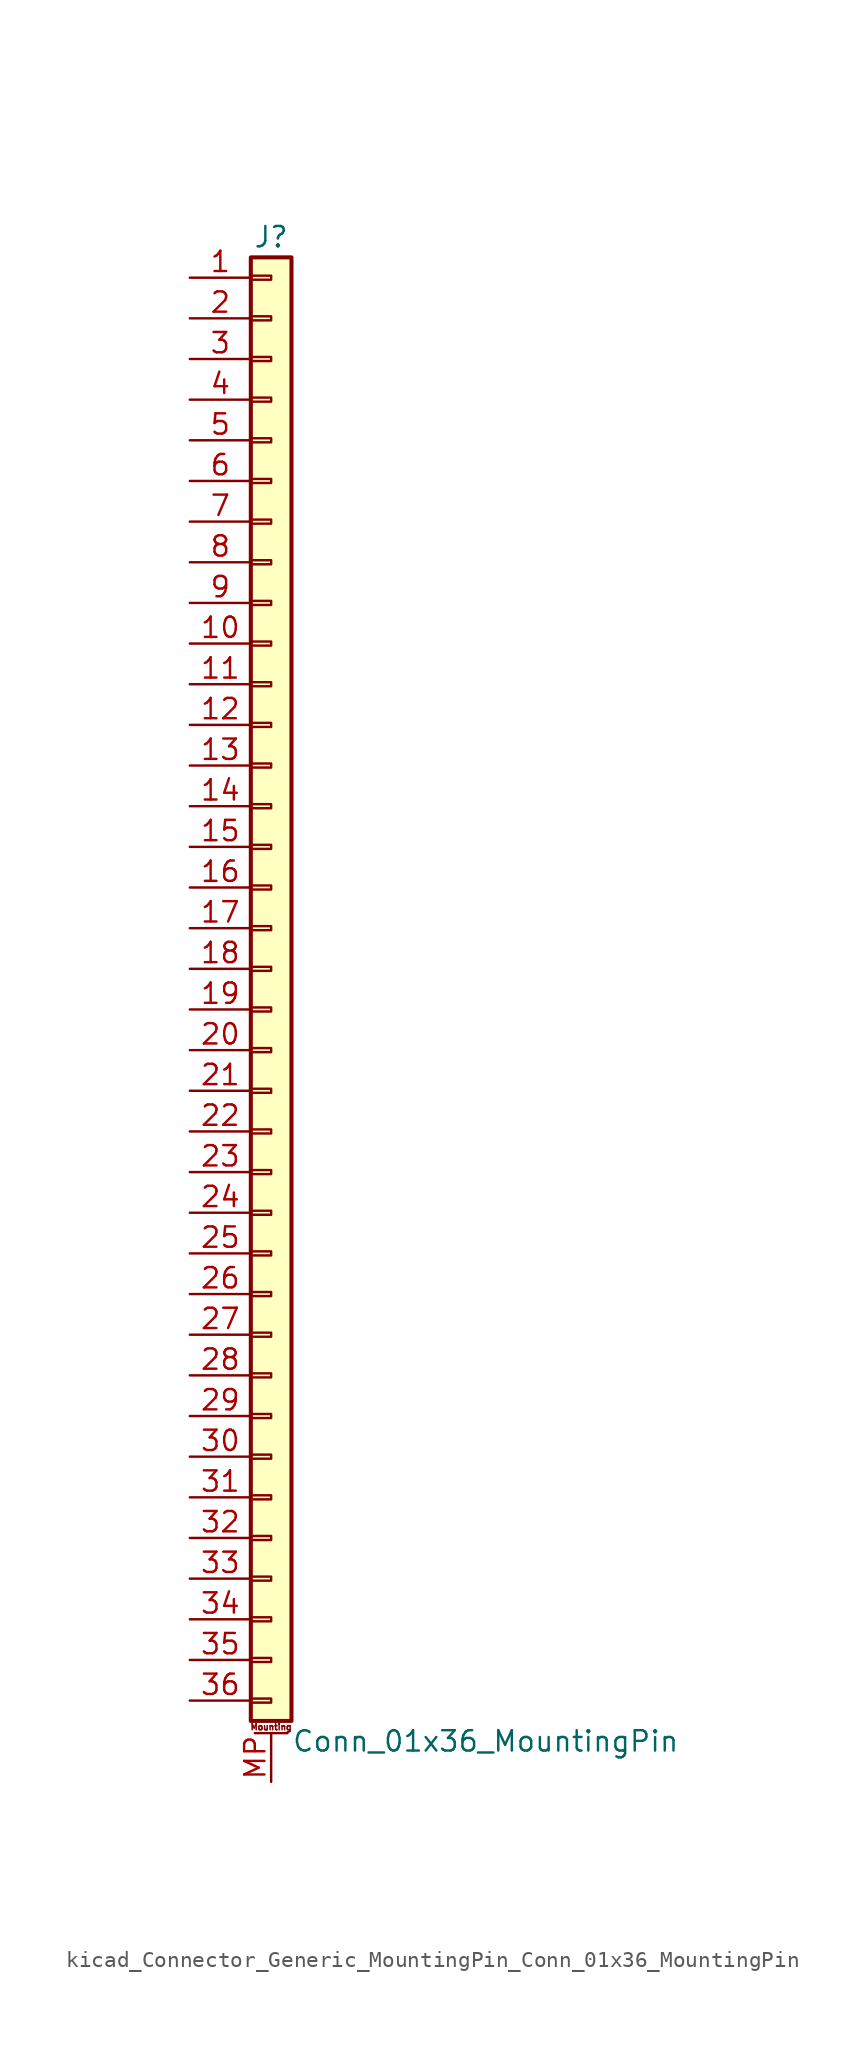
<source format=kicad_sym>
(kicad_symbol_lib
  (version 20220914)
  (generator kicad_symbol_editor)
  (symbol "kicad_Connector_Generic_MountingPin_Conn_01x36_MountingPin"
    (pin_names
      (offset 1.016) hide)
    (property "Reference" "J"
      (at 0 45.72 0)
      (effects (font (size 1.27 1.27))))
    (property "Value" "Conn_01x36_MountingPin"
      (at 1.27 -48.26 0)
      (effects (font (size 1.27 1.27)) (justify left)))
    (symbol "kicad_Connector_Generic_MountingPin_Conn_01x36_MountingPin_1_1"
      (rectangle (start -1.27 -45.593) (end 0 -45.847) (stroke (width 0.152) (type default)) (fill (type none)))
      (rectangle (start -1.27 -43.053) (end 0 -43.307) (stroke (width 0.152) (type default)) (fill (type none)))
      (rectangle (start -1.27 -40.513) (end 0 -40.767) (stroke (width 0.152) (type default)) (fill (type none)))
      (rectangle (start -1.27 -37.973) (end 0 -38.227) (stroke (width 0.152) (type default)) (fill (type none)))
      (rectangle (start -1.27 -35.433) (end 0 -35.687) (stroke (width 0.152) (type default)) (fill (type none)))
      (rectangle (start -1.27 -32.893) (end 0 -33.147) (stroke (width 0.152) (type default)) (fill (type none)))
      (rectangle (start -1.27 -30.353) (end 0 -30.607) (stroke (width 0.152) (type default)) (fill (type none)))
      (rectangle (start -1.27 -27.813) (end 0 -28.067) (stroke (width 0.152) (type default)) (fill (type none)))
      (rectangle (start -1.27 -25.273) (end 0 -25.527) (stroke (width 0.152) (type default)) (fill (type none)))
      (rectangle (start -1.27 -22.733) (end 0 -22.987) (stroke (width 0.152) (type default)) (fill (type none)))
      (rectangle (start -1.27 -20.193) (end 0 -20.447) (stroke (width 0.152) (type default)) (fill (type none)))
      (rectangle (start -1.27 -17.653) (end 0 -17.907) (stroke (width 0.152) (type default)) (fill (type none)))
      (rectangle (start -1.27 -15.113) (end 0 -15.367) (stroke (width 0.152) (type default)) (fill (type none)))
      (rectangle (start -1.27 -12.573) (end 0 -12.827) (stroke (width 0.152) (type default)) (fill (type none)))
      (rectangle (start -1.27 -10.033) (end 0 -10.287) (stroke (width 0.152) (type default)) (fill (type none)))
      (rectangle (start -1.27 -7.493) (end 0 -7.747) (stroke (width 0.152) (type default)) (fill (type none)))
      (rectangle (start -1.27 -4.953) (end 0 -5.207) (stroke (width 0.152) (type default)) (fill (type none)))
      (rectangle (start -1.27 -2.413) (end 0 -2.667) (stroke (width 0.152) (type default)) (fill (type none)))
      (rectangle (start -1.27 0.127) (end 0 -0.127) (stroke (width 0.152) (type default)) (fill (type none)))
      (rectangle (start -1.27 2.667) (end 0 2.413) (stroke (width 0.152) (type default)) (fill (type none)))
      (rectangle (start -1.27 5.207) (end 0 4.953) (stroke (width 0.152) (type default)) (fill (type none)))
      (rectangle (start -1.27 7.747) (end 0 7.493) (stroke (width 0.152) (type default)) (fill (type none)))
      (rectangle (start -1.27 10.287) (end 0 10.033) (stroke (width 0.152) (type default)) (fill (type none)))
      (rectangle (start -1.27 12.827) (end 0 12.573) (stroke (width 0.152) (type default)) (fill (type none)))
      (rectangle (start -1.27 15.367) (end 0 15.113) (stroke (width 0.152) (type default)) (fill (type none)))
      (rectangle (start -1.27 17.907) (end 0 17.653) (stroke (width 0.152) (type default)) (fill (type none)))
      (rectangle (start -1.27 20.447) (end 0 20.193) (stroke (width 0.152) (type default)) (fill (type none)))
      (rectangle (start -1.27 22.987) (end 0 22.733) (stroke (width 0.152) (type default)) (fill (type none)))
      (rectangle (start -1.27 25.527) (end 0 25.273) (stroke (width 0.152) (type default)) (fill (type none)))
      (rectangle (start -1.27 28.067) (end 0 27.813) (stroke (width 0.152) (type default)) (fill (type none)))
      (rectangle (start -1.27 30.607) (end 0 30.353) (stroke (width 0.152) (type default)) (fill (type none)))
      (rectangle (start -1.27 33.147) (end 0 32.893) (stroke (width 0.152) (type default)) (fill (type none)))
      (rectangle (start -1.27 35.687) (end 0 35.433) (stroke (width 0.152) (type default)) (fill (type none)))
      (rectangle (start -1.27 38.227) (end 0 37.973) (stroke (width 0.152) (type default)) (fill (type none)))
      (rectangle (start -1.27 40.767) (end 0 40.513) (stroke (width 0.152) (type default)) (fill (type none)))
      (rectangle (start -1.27 43.307) (end 0 43.053) (stroke (width 0.152) (type default)) (fill (type none)))
      (rectangle (start -1.27 44.45) (end 1.27 -46.99) (stroke (width 0.254) (type default)) (fill (type background)))
      (polyline (pts (xy -1.016 -47.752) (xy 1.016 -47.752)) (stroke (width 0.152) (type default)) (fill (type none)))
      (text "Mounting" (at 0 -47.371 0) (effects (font (size 0.381 0.381))))
      (pin passive line (at -5.08 43.18 0) (length 3.81) (name "Pin_1" (effects (font (size 1.27 1.27)))) (number "1" (effects (font (size 1.27 1.27)))))
      (pin passive line (at -5.08 20.32 0) (length 3.81) (name "Pin_10" (effects (font (size 1.27 1.27)))) (number "10" (effects (font (size 1.27 1.27)))))
      (pin passive line (at -5.08 17.78 0) (length 3.81) (name "Pin_11" (effects (font (size 1.27 1.27)))) (number "11" (effects (font (size 1.27 1.27)))))
      (pin passive line (at -5.08 15.24 0) (length 3.81) (name "Pin_12" (effects (font (size 1.27 1.27)))) (number "12" (effects (font (size 1.27 1.27)))))
      (pin passive line (at -5.08 12.7 0) (length 3.81) (name "Pin_13" (effects (font (size 1.27 1.27)))) (number "13" (effects (font (size 1.27 1.27)))))
      (pin passive line (at -5.08 10.16 0) (length 3.81) (name "Pin_14" (effects (font (size 1.27 1.27)))) (number "14" (effects (font (size 1.27 1.27)))))
      (pin passive line (at -5.08 7.62 0) (length 3.81) (name "Pin_15" (effects (font (size 1.27 1.27)))) (number "15" (effects (font (size 1.27 1.27)))))
      (pin passive line (at -5.08 5.08 0) (length 3.81) (name "Pin_16" (effects (font (size 1.27 1.27)))) (number "16" (effects (font (size 1.27 1.27)))))
      (pin passive line (at -5.08 2.54 0) (length 3.81) (name "Pin_17" (effects (font (size 1.27 1.27)))) (number "17" (effects (font (size 1.27 1.27)))))
      (pin passive line (at -5.08 0 0) (length 3.81) (name "Pin_18" (effects (font (size 1.27 1.27)))) (number "18" (effects (font (size 1.27 1.27)))))
      (pin passive line (at -5.08 -2.54 0) (length 3.81) (name "Pin_19" (effects (font (size 1.27 1.27)))) (number "19" (effects (font (size 1.27 1.27)))))
      (pin passive line (at -5.08 40.64 0) (length 3.81) (name "Pin_2" (effects (font (size 1.27 1.27)))) (number "2" (effects (font (size 1.27 1.27)))))
      (pin passive line (at -5.08 -5.08 0) (length 3.81) (name "Pin_20" (effects (font (size 1.27 1.27)))) (number "20" (effects (font (size 1.27 1.27)))))
      (pin passive line (at -5.08 -7.62 0) (length 3.81) (name "Pin_21" (effects (font (size 1.27 1.27)))) (number "21" (effects (font (size 1.27 1.27)))))
      (pin passive line (at -5.08 -10.16 0) (length 3.81) (name "Pin_22" (effects (font (size 1.27 1.27)))) (number "22" (effects (font (size 1.27 1.27)))))
      (pin passive line (at -5.08 -12.7 0) (length 3.81) (name "Pin_23" (effects (font (size 1.27 1.27)))) (number "23" (effects (font (size 1.27 1.27)))))
      (pin passive line (at -5.08 -15.24 0) (length 3.81) (name "Pin_24" (effects (font (size 1.27 1.27)))) (number "24" (effects (font (size 1.27 1.27)))))
      (pin passive line (at -5.08 -17.78 0) (length 3.81) (name "Pin_25" (effects (font (size 1.27 1.27)))) (number "25" (effects (font (size 1.27 1.27)))))
      (pin passive line (at -5.08 -20.32 0) (length 3.81) (name "Pin_26" (effects (font (size 1.27 1.27)))) (number "26" (effects (font (size 1.27 1.27)))))
      (pin passive line (at -5.08 -22.86 0) (length 3.81) (name "Pin_27" (effects (font (size 1.27 1.27)))) (number "27" (effects (font (size 1.27 1.27)))))
      (pin passive line (at -5.08 -25.4 0) (length 3.81) (name "Pin_28" (effects (font (size 1.27 1.27)))) (number "28" (effects (font (size 1.27 1.27)))))
      (pin passive line (at -5.08 -27.94 0) (length 3.81) (name "Pin_29" (effects (font (size 1.27 1.27)))) (number "29" (effects (font (size 1.27 1.27)))))
      (pin passive line (at -5.08 38.1 0) (length 3.81) (name "Pin_3" (effects (font (size 1.27 1.27)))) (number "3" (effects (font (size 1.27 1.27)))))
      (pin passive line (at -5.08 -30.48 0) (length 3.81) (name "Pin_30" (effects (font (size 1.27 1.27)))) (number "30" (effects (font (size 1.27 1.27)))))
      (pin passive line (at -5.08 -33.02 0) (length 3.81) (name "Pin_31" (effects (font (size 1.27 1.27)))) (number "31" (effects (font (size 1.27 1.27)))))
      (pin passive line (at -5.08 -35.56 0) (length 3.81) (name "Pin_32" (effects (font (size 1.27 1.27)))) (number "32" (effects (font (size 1.27 1.27)))))
      (pin passive line (at -5.08 -38.1 0) (length 3.81) (name "Pin_33" (effects (font (size 1.27 1.27)))) (number "33" (effects (font (size 1.27 1.27)))))
      (pin passive line (at -5.08 -40.64 0) (length 3.81) (name "Pin_34" (effects (font (size 1.27 1.27)))) (number "34" (effects (font (size 1.27 1.27)))))
      (pin passive line (at -5.08 -43.18 0) (length 3.81) (name "Pin_35" (effects (font (size 1.27 1.27)))) (number "35" (effects (font (size 1.27 1.27)))))
      (pin passive line (at -5.08 -45.72 0) (length 3.81) (name "Pin_36" (effects (font (size 1.27 1.27)))) (number "36" (effects (font (size 1.27 1.27)))))
      (pin passive line (at -5.08 35.56 0) (length 3.81) (name "Pin_4" (effects (font (size 1.27 1.27)))) (number "4" (effects (font (size 1.27 1.27)))))
      (pin passive line (at -5.08 33.02 0) (length 3.81) (name "Pin_5" (effects (font (size 1.27 1.27)))) (number "5" (effects (font (size 1.27 1.27)))))
      (pin passive line (at -5.08 30.48 0) (length 3.81) (name "Pin_6" (effects (font (size 1.27 1.27)))) (number "6" (effects (font (size 1.27 1.27)))))
      (pin passive line (at -5.08 27.94 0) (length 3.81) (name "Pin_7" (effects (font (size 1.27 1.27)))) (number "7" (effects (font (size 1.27 1.27)))))
      (pin passive line (at -5.08 25.4 0) (length 3.81) (name "Pin_8" (effects (font (size 1.27 1.27)))) (number "8" (effects (font (size 1.27 1.27)))))
      (pin passive line (at -5.08 22.86 0) (length 3.81) (name "Pin_9" (effects (font (size 1.27 1.27)))) (number "9" (effects (font (size 1.27 1.27)))))
      (pin passive line (at 0 -50.8 90) (length 3.048) (name "MountPin" (effects (font (size 1.27 1.27)))) (number "MP" (effects (font (size 1.27 1.27))))))))
</source>
